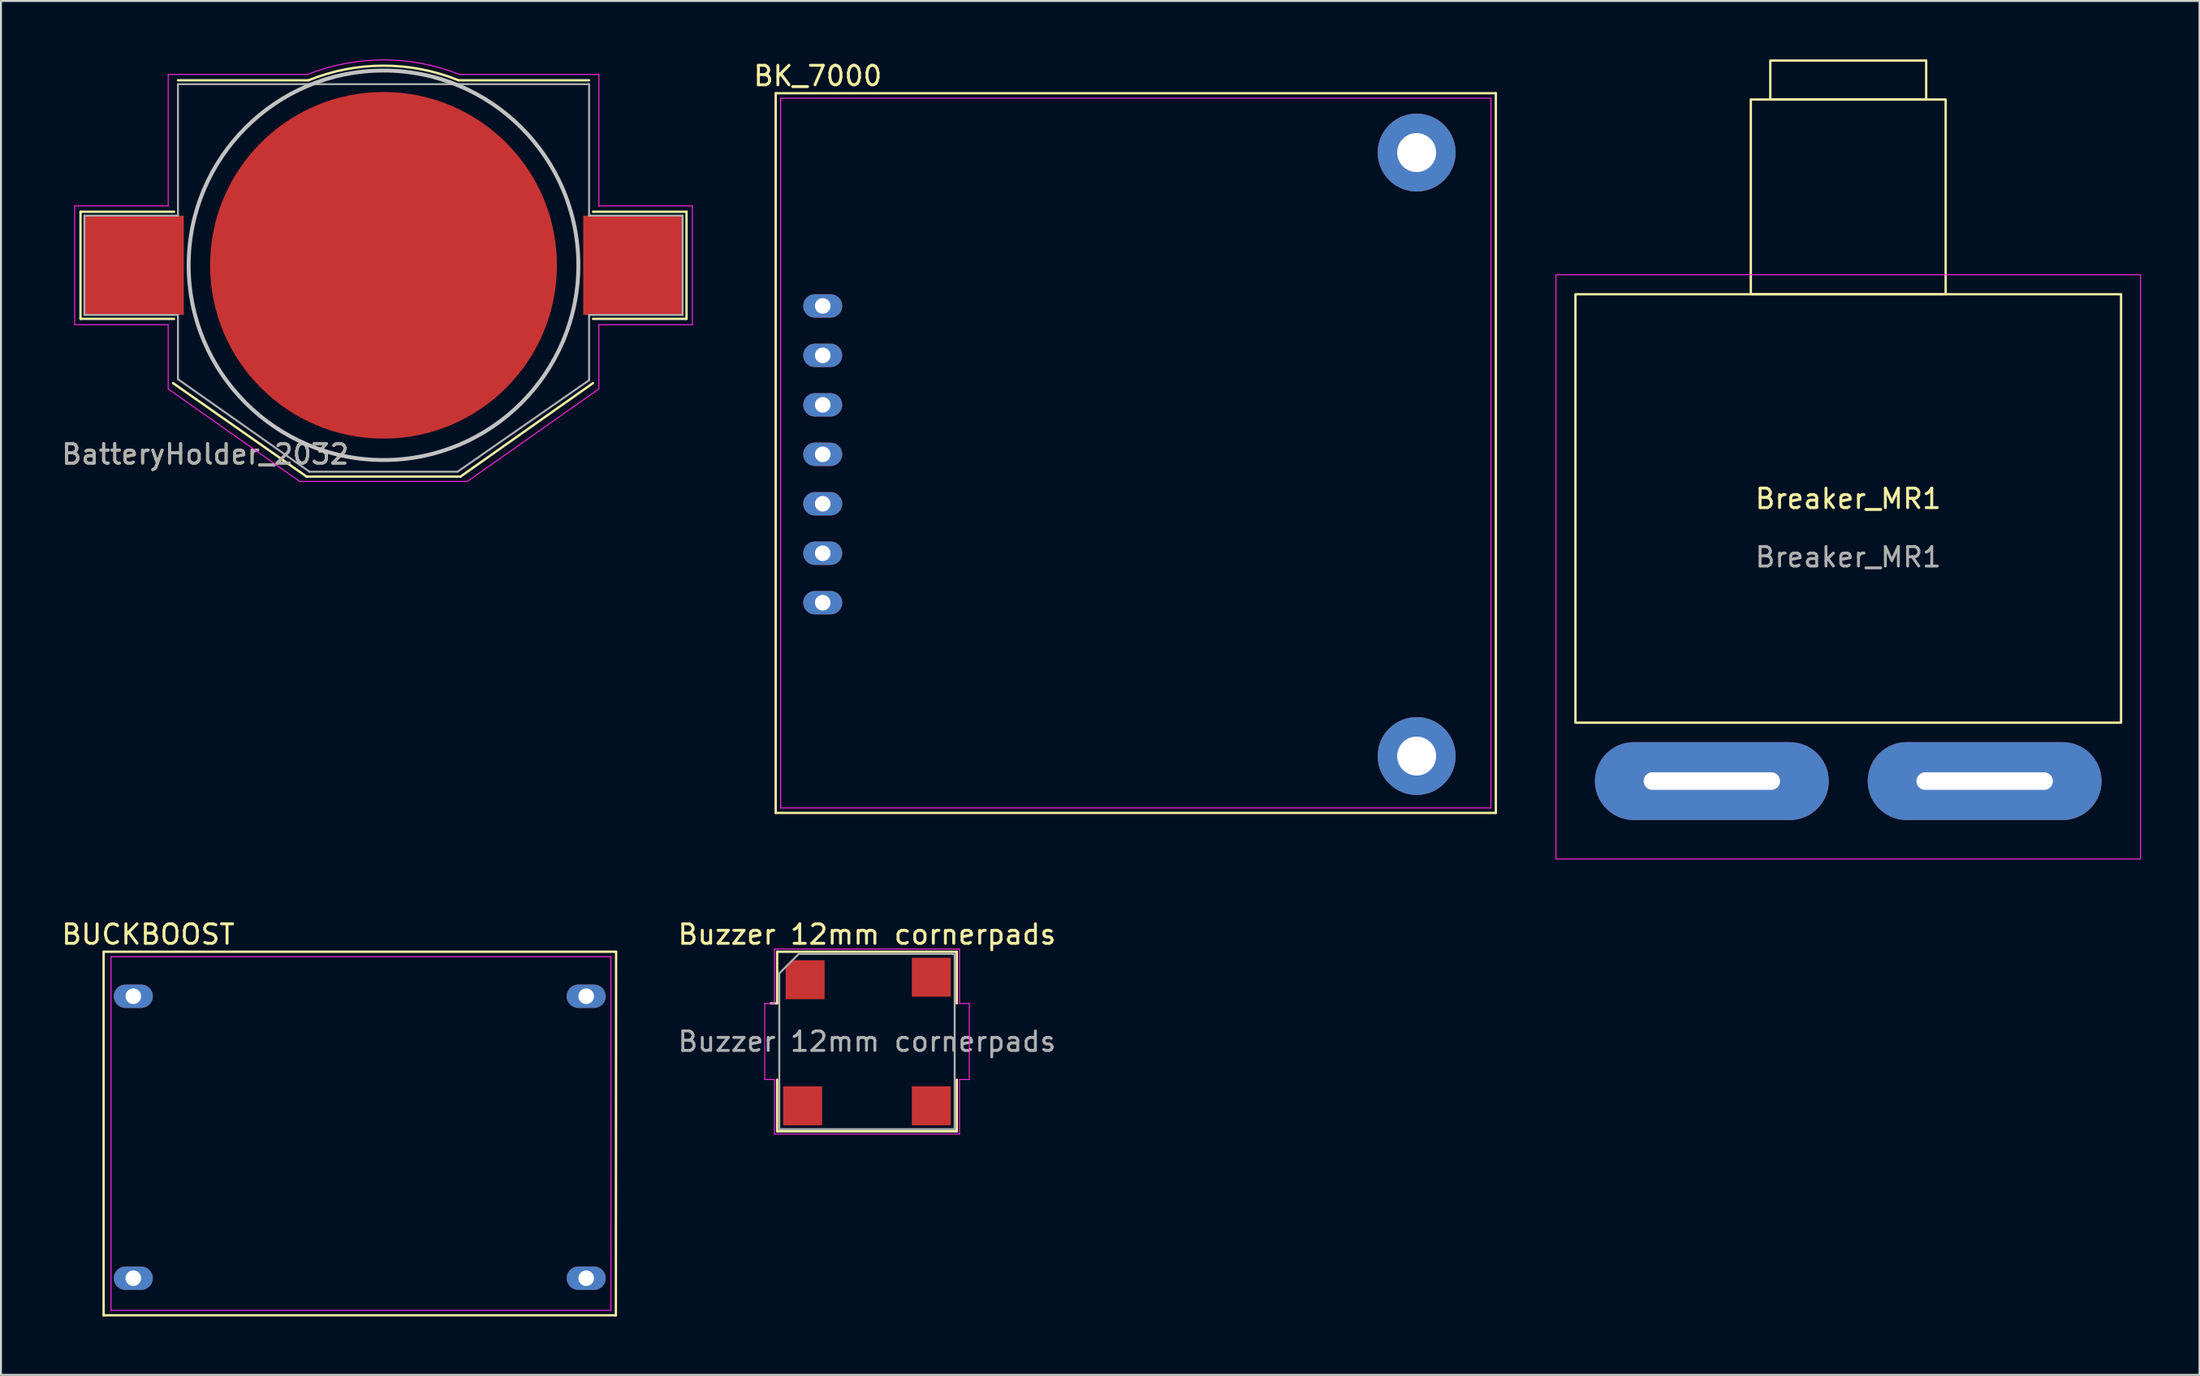
<source format=kicad_pcb>
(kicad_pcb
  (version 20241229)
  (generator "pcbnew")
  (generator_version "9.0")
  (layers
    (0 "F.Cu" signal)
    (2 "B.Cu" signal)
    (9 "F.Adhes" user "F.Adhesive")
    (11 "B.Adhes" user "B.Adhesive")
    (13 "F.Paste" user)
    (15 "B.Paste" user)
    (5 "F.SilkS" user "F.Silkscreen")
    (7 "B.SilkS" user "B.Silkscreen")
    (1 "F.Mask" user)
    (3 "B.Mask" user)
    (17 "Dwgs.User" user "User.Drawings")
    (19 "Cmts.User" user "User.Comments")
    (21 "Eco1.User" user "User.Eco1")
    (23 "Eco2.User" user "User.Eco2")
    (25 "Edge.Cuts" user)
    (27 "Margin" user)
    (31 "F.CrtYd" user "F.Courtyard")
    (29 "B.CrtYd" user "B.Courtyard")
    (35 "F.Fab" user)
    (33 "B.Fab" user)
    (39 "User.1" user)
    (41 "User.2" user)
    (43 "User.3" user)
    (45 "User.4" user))
  (footprint "Buzzer 12mm cornerpads"
    (layer "F.Cu")
    (at 41.443 50.433)
    (property "Reference" "Buzzer 12mm cornerpads" (at 0 -5.5 0) (layer "F.SilkS") (effects (font (size 1 1) (thickness 0.15))))
    (attr smd)
    (fp_line (start -4.61 -4.61) (end 4.61 -4.61) (stroke (width 0.12) (type solid)) (layer "F.SilkS"))
    (fp_line (start -4.61 -1.96) (end -4.94 -1.96) (stroke (width 0.12) (type solid)) (layer "F.SilkS"))
    (fp_line (start -4.61 -1.96) (end -4.61 -4.61) (stroke (width 0.12) (type solid)) (layer "F.SilkS"))
    (fp_line (start -4.61 4.61) (end -4.61 1.96) (stroke (width 0.12) (type solid)) (layer "F.SilkS"))
    (fp_line (start 4.61 -4.61) (end 4.61 -1.96) (stroke (width 0.12) (type solid)) (layer "F.SilkS"))
    (fp_line (start 4.61 1.96) (end 4.61 4.61) (stroke (width 0.12) (type solid)) (layer "F.SilkS"))
    (fp_line (start 4.61 4.61) (end -4.61 4.61) (stroke (width 0.12) (type solid)) (layer "F.SilkS"))
    (fp_line (start -5.25 1.95) (end -5.25 -1.95) (stroke (width 0.05) (type solid)) (layer "F.CrtYd"))
    (fp_line (start -4.75 -4.75) (end 4.75 -4.75) (stroke (width 0.05) (type solid)) (layer "F.CrtYd"))
    (fp_line (start -4.75 -1.95) (end -5.25 -1.95) (stroke (width 0.05) (type solid)) (layer "F.CrtYd"))
    (fp_line (start -4.75 -1.95) (end -4.75 -4.75) (stroke (width 0.05) (type solid)) (layer "F.CrtYd"))
    (fp_line (start -4.75 1.95) (end -5.25 1.95) (stroke (width 0.05) (type solid)) (layer "F.CrtYd"))
    (fp_line (start -4.75 4.75) (end -4.75 1.95) (stroke (width 0.05) (type solid)) (layer "F.CrtYd"))
    (fp_line (start 4.75 -1.95) (end 4.75 -4.75) (stroke (width 0.05) (type solid)) (layer "F.CrtYd"))
    (fp_line (start 4.75 -1.95) (end 5.25 -1.95) (stroke (width 0.05) (type solid)) (layer "F.CrtYd"))
    (fp_line (start 4.75 1.95) (end 5.25 1.95) (stroke (width 0.05) (type solid)) (layer "F.CrtYd"))
    (fp_line (start 4.75 4.75) (end -4.75 4.75) (stroke (width 0.05) (type solid)) (layer "F.CrtYd"))
    (fp_line (start 4.75 4.75) (end 4.75 1.95) (stroke (width 0.05) (type solid)) (layer "F.CrtYd"))
    (fp_line (start 5.25 1.95) (end 5.25 -1.95) (stroke (width 0.05) (type solid)) (layer "F.CrtYd"))
    (fp_line (start -4.5 -3.5) (end -3.5 -4.5) (stroke (width 0.1) (type solid)) (layer "F.Fab"))
    (fp_line (start -4.5 4.5) (end -4.5 -3.5) (stroke (width 0.1) (type solid)) (layer "F.Fab"))
    (fp_line (start -3.5 -4.5) (end 4.5 -4.5) (stroke (width 0.1) (type solid)) (layer "F.Fab"))
    (fp_line (start 4.5 -4.5) (end 4.5 4.5) (stroke (width 0.1) (type solid)) (layer "F.Fab"))
    (fp_line (start 4.5 4.5) (end -4.5 4.5) (stroke (width 0.1) (type solid)) (layer "F.Fab"))
    (fp_text user "${REFERENCE}" (at 0 0 0) (layer "F.Fab") (effects (font (size 1 1) (thickness 0.15))))
    (pad "1" smd roundrect (at -3.175 -3.175) (size 2 2) (layers "F.Cu" "F.Mask" "F.Paste") (roundrect_rratio 0) (chamfer_ratio 0.2) (chamfer top_left))
    (pad "2" smd rect (at -3.302 3.302) (size 2 2) (layers "F.Cu" "F.Mask" "F.Paste"))
    (pad "3" smd rect (at 3.302 3.302) (size 2 2) (layers "F.Cu" "F.Mask" "F.Paste"))
    (pad "4" smd rect (at 3.302 -3.302) (size 2 2) (layers "F.Cu" "F.Mask" "F.Paste")))
  (footprint "BUCKBOOST"
    (layer "F.Cu")
    (at 2.268 45.822)
    (property "Reference" "BUCKBOOST" (at 2.286 -0.889 180) (layer "F.SilkS") (effects (font (size 1 1) (thickness 0.15))))
    (attr through_hole)
    (fp_line (start 0 0) (end 0 18.669) (stroke (width 0.12) (type solid)) (layer "F.SilkS"))
    (fp_line (start 0 18.669) (end 26.289 18.669) (stroke (width 0.12) (type solid)) (layer "F.SilkS"))
    (fp_line (start 26.289 18.669) (end 26.3 0) (stroke (width 0.12) (type solid)) (layer "F.SilkS"))
    (fp_line (start 26.3 0) (end 0 0) (stroke (width 0.12) (type solid)) (layer "F.SilkS"))
    (fp_line (start 0.381 0.254) (end 26.035 0.254) (stroke (width 0.05) (type solid)) (layer "F.CrtYd"))
    (fp_line (start 0.381 18.415) (end 0.381 0.254) (stroke (width 0.05) (type solid)) (layer "F.CrtYd"))
    (fp_line (start 26.035 0.254) (end 26.035 18.415) (stroke (width 0.05) (type solid)) (layer "F.CrtYd"))
    (fp_line (start 26.035 18.415) (end 0.381 18.415) (stroke (width 0.05) (type solid)) (layer "F.CrtYd"))
    (pad "1" thru_hole oval (at 1.524 2.286 270) (size 1.2 2) (drill 0.8) (layers "*.Cu" "*.Mask"))
    (pad "2" thru_hole oval (at 1.524 16.764 270) (size 1.2 2) (drill 0.8) (layers "*.Cu" "*.Mask"))
    (pad "3" thru_hole oval (at 24.765 16.764 90) (size 1.2 2) (drill 0.8) (layers "*.Cu" "*.Mask"))
    (pad "4" thru_hole oval (at 24.765 2.286 90) (size 1.2 2) (drill 0.8) (layers "*.Cu" "*.Mask")))
  (footprint "Breaker_MR1"
    (layer "F.Cu")
    (at 91.801 23.06)
    (property "Reference" "Breaker_MR1" (at 0 -0.5 0) (unlocked yes) (layer "F.SilkS") (effects (font (size 1 1) (thickness 0.15))))
    (attr through_hole)
    (fp_rect (start -14 11) (end 14 -11) (stroke (width 0.12) (type solid)) (fill no) (layer "F.SilkS"))
    (fp_rect (start -5 -11) (end 5 -21) (stroke (width 0.12) (type solid)) (fill no) (layer "F.SilkS"))
    (fp_rect (start -4 -21) (end 4 -23) (stroke (width 0.12) (type solid)) (fill no) (layer "F.SilkS"))
    (fp_rect (start -15 -12) (end 15 18) (stroke (width 0.05) (type solid)) (fill no) (layer "F.CrtYd"))
    (fp_text user "${REFERENCE}" (at 0 2.5 0) (unlocked yes) (layer "F.Fab") (effects (font (size 1 1) (thickness 0.15))))
    (pad "1" thru_hole oval (at -7 14) (size 12 4) (drill oval 7 0.9) (layers "*.Cu" "*.Mask"))
    (pad "2" thru_hole oval (at 7 14) (size 12 4) (drill oval 7 0.9) (layers "*.Cu" "*.Mask")))
  (footprint "BatteryHolder_2032"
    (layer "F.Cu")
    (at 16.632 10.573)
    (property "Reference" "BatteryHolder_2032" (at -9.15 9.7 0) (layer "F.SilkS") (effects (font (size 1 1) (thickness 0.15))))
    (attr smd)
    (fp_line (start -15.55 -2.75) (end -15.55 2.75) (stroke (width 0.12) (type solid)) (layer "F.SilkS"))
    (fp_line (start -15.55 2.75) (end -10.75 2.75) (stroke (width 0.12) (type solid)) (layer "F.SilkS"))
    (fp_line (start -10.8 6.05) (end -3.95 10.85) (stroke (width 0.12) (type solid)) (layer "F.SilkS"))
    (fp_line (start -10.75 -2.75) (end -15.55 -2.75) (stroke (width 0.12) (type solid)) (layer "F.SilkS"))
    (fp_line (start -10.55 -9.5) (end -3.85 -9.5) (stroke (width 0.12) (type solid)) (layer "F.SilkS"))
    (fp_line (start -3.95 10.85) (end 3.95 10.85) (stroke (width 0.12) (type solid)) (layer "F.SilkS"))
    (fp_line (start 3.95 10.85) (end 10.75 6.05) (stroke (width 0.12) (type solid)) (layer "F.SilkS"))
    (fp_line (start 10.55 -9.5) (end 3.85 -9.5) (stroke (width 0.12) (type solid)) (layer "F.SilkS"))
    (fp_line (start 10.75 2.75) (end 15.55 2.75) (stroke (width 0.12) (type solid)) (layer "F.SilkS"))
    (fp_line (start 15.55 -2.75) (end 10.75 -2.75) (stroke (width 0.12) (type solid)) (layer "F.SilkS"))
    (fp_line (start 15.55 2.75) (end 15.55 -2.75) (stroke (width 0.12) (type solid)) (layer "F.SilkS"))
    (fp_arc (start -3.846385 -9.501464) (mid 0.00195 -10.250487) (end 3.85 -9.5) (stroke (width 0.12) (type solid)) (layer "F.SilkS"))
    (fp_circle (center 0 0) (end 10 0) (stroke (width 0.2) (type solid)) (fill no) (layer "Dwgs.User"))
    (fp_line (start -15.85 -3.05) (end -11.05 -3.05) (stroke (width 0.05) (type solid)) (layer "F.CrtYd"))
    (fp_line (start -15.85 3.05) (end -15.85 -3.05) (stroke (width 0.05) (type solid)) (layer "F.CrtYd"))
    (fp_line (start -11.05 -9.8) (end -3.9 -9.8) (stroke (width 0.05) (type solid)) (layer "F.CrtYd"))
    (fp_line (start -11.05 -3.05) (end -11.05 -9.8) (stroke (width 0.05) (type solid)) (layer "F.CrtYd"))
    (fp_line (start -11.05 3.05) (end -15.85 3.05) (stroke (width 0.05) (type solid)) (layer "F.CrtYd"))
    (fp_line (start -11.05 6.35) (end -11.05 3.05) (stroke (width 0.05) (type solid)) (layer "F.CrtYd"))
    (fp_line (start -4.3 11.1) (end -11.05 6.35) (stroke (width 0.05) (type solid)) (layer "F.CrtYd"))
    (fp_line (start 4.3 11.1) (end -4.3 11.1) (stroke (width 0.05) (type solid)) (layer "F.CrtYd"))
    (fp_line (start 11.05 -9.8) (end 3.9 -9.8) (stroke (width 0.05) (type solid)) (layer "F.CrtYd"))
    (fp_line (start 11.05 -9.8) (end 11.05 -3.05) (stroke (width 0.05) (type solid)) (layer "F.CrtYd"))
    (fp_line (start 11.05 -3.05) (end 15.85 -3.05) (stroke (width 0.05) (type solid)) (layer "F.CrtYd"))
    (fp_line (start 11.05 3.05) (end 11.05 6.35) (stroke (width 0.05) (type solid)) (layer "F.CrtYd"))
    (fp_line (start 11.05 6.35) (end 4.3 11.1) (stroke (width 0.05) (type solid)) (layer "F.CrtYd"))
    (fp_line (start 15.85 -3.05) (end 15.85 3.05) (stroke (width 0.05) (type solid)) (layer "F.CrtYd"))
    (fp_line (start 15.85 3.05) (end 11.05 3.05) (stroke (width 0.05) (type solid)) (layer "F.CrtYd"))
    (fp_arc (start -3.9 -9.8) (mid 0 -10.547512) (end 3.9 -9.8) (stroke (width 0.05) (type solid)) (layer "F.CrtYd"))
    (fp_line (start -15.35 -2.55) (end -15.35 2.55) (stroke (width 0.1) (type solid)) (layer "F.Fab"))
    (fp_line (start -15.35 -2.55) (end -10.55 -2.55) (stroke (width 0.1) (type solid)) (layer "F.Fab"))
    (fp_line (start -15.35 2.55) (end -10.55 2.55) (stroke (width 0.1) (type solid)) (layer "F.Fab"))
    (fp_line (start -10.55 -2.55) (end -10.55 -9.3) (stroke (width 0.1) (type solid)) (layer "F.Fab"))
    (fp_line (start -10.55 2.55) (end -10.55 5.85) (stroke (width 0.1) (type solid)) (layer "F.Fab"))
    (fp_line (start -10.55 5.85) (end -3.8 10.6) (stroke (width 0.1) (type solid)) (layer "F.Fab"))
    (fp_line (start -3.8 10.6) (end 3.8 10.6) (stroke (width 0.1) (type solid)) (layer "F.Fab"))
    (fp_line (start 10.55 -9.3) (end -10.55 -9.3) (stroke (width 0.1) (type solid)) (layer "F.Fab"))
    (fp_line (start 10.55 -2.55) (end 10.55 -9.3) (stroke (width 0.1) (type solid)) (layer "F.Fab"))
    (fp_line (start 10.55 2.55) (end 10.55 5.9) (stroke (width 0.1) (type solid)) (layer "F.Fab"))
    (fp_line (start 10.55 2.55) (end 15.35 2.55) (stroke (width 0.1) (type solid)) (layer "F.Fab"))
    (fp_line (start 10.55 5.9) (end 3.8 10.6) (stroke (width 0.1) (type solid)) (layer "F.Fab"))
    (fp_line (start 15.35 -2.55) (end 10.55 -2.55) (stroke (width 0.1) (type solid)) (layer "F.Fab"))
    (fp_line (start 15.35 2.55) (end 15.35 -2.55) (stroke (width 0.1) (type solid)) (layer "F.Fab"))
    (fp_text user "${REFERENCE}" (at -9.15 9.7 0) (layer "F.Fab") (effects (font (size 1 1) (thickness 0.15))))
    (pad "1" smd rect (at -12.8 0) (size 5.1 5.1) (layers "F.Cu" "F.Mask" "F.Paste"))
    (pad "1" smd rect (at 12.8 0) (size 5.1 5.1) (layers "F.Cu" "F.Mask" "F.Paste"))
    (pad "2" smd circle (at 0 0) (size 17.8 17.8) (layers "F.Cu" "F.Mask")))
  (footprint "BK_7000"
    (layer "F.Cu")
    (at 54.92 20.279)
    (property "Reference" "BK_7000" (at -16.002 -19.431 180) (layer "F.SilkS") (effects (font (size 1 1) (thickness 0.15))))
    (attr through_hole)
    (fp_line (start -18.161 -18.542) (end -18.161 18.415) (stroke (width 0.12) (type solid)) (layer "F.SilkS"))
    (fp_line (start -18.161 18.415) (end 18.796 18.415) (stroke (width 0.12) (type solid)) (layer "F.SilkS"))
    (fp_line (start 18.796 -18.542) (end -18.161 -18.542) (stroke (width 0.12) (type solid)) (layer "F.SilkS"))
    (fp_line (start 18.796 18.415) (end 18.796 -18.542) (stroke (width 0.12) (type solid)) (layer "F.SilkS"))
    (fp_line (start -17.907 -18.288) (end 18.542 -18.288) (stroke (width 0.05) (type solid)) (layer "F.CrtYd"))
    (fp_line (start -17.907 18.161) (end -17.907 -18.288) (stroke (width 0.05) (type solid)) (layer "F.CrtYd"))
    (fp_line (start 18.542 -18.288) (end 18.542 18.161) (stroke (width 0.05) (type solid)) (layer "F.CrtYd"))
    (fp_line (start 18.542 18.161) (end -17.907 18.161) (stroke (width 0.05) (type solid)) (layer "F.CrtYd"))
    (pad "" thru_hole circle (at 14.732 -15.494 90) (size 4 4) (drill 2) (layers "*.Cu" "*.Mask"))
    (pad "" thru_hole circle (at 14.732 15.494 90) (size 4 4) (drill 2) (layers "*.Cu" "*.Mask"))
    (pad "1" thru_hole oval (at -15.748 -7.62 270) (size 1.2 2) (drill 0.8) (layers "*.Cu" "*.Mask"))
    (pad "2" thru_hole oval (at -15.748 -5.08 270) (size 1.2 2) (drill 0.8) (layers "*.Cu" "*.Mask"))
    (pad "3" thru_hole oval (at -15.748 -2.54 90) (size 1.2 2) (drill 0.8) (layers "*.Cu" "*.Mask"))
    (pad "4" thru_hole oval (at -15.748 0 90) (size 1.2 2) (drill 0.8) (layers "*.Cu" "*.Mask"))
    (pad "5" thru_hole oval (at -15.748 2.54 90) (size 1.2 2) (drill 0.8) (layers "*.Cu" "*.Mask"))
    (pad "6" thru_hole oval (at -15.748 5.08 90) (size 1.2 2) (drill 0.8) (layers "*.Cu" "*.Mask"))
    (pad "7" thru_hole oval (at -15.748 7.62 90) (size 1.2 2) (drill 0.8) (layers "*.Cu" "*.Mask")))
  (gr_rect
    (start -3 -3)
    (end 109.826 67.551)
    (stroke (width 0.1) (type default))
    (fill no)
    (layer "Edge.Cuts")))
</source>
